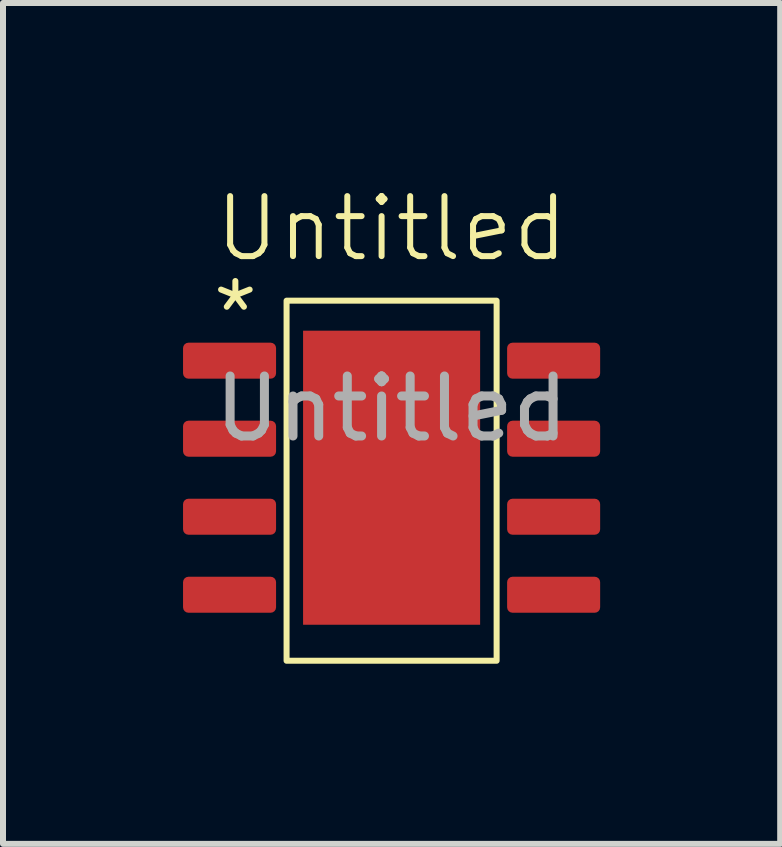
<source format=kicad_pcb>
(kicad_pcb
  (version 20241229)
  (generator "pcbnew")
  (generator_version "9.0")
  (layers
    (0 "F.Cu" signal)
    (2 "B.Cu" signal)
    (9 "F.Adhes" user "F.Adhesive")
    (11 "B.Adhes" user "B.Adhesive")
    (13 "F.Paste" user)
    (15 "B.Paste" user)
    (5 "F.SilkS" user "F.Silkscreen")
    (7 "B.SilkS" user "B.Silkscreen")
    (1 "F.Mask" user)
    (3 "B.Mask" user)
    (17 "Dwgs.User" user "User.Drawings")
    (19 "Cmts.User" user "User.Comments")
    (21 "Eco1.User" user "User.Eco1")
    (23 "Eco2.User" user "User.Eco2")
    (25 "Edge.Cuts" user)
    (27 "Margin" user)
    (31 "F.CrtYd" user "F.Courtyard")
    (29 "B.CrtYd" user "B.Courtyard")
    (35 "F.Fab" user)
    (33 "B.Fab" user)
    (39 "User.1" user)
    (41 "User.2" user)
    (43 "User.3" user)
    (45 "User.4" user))
  (footprint "Untitled"
    (layer "F.Cu")
    (at 3.475 1.26)
    (property "Reference" "Untitled" (at 0 -0.5 0) (unlocked yes) (layer "F.SilkS") (effects (font (size 1 1) (thickness 0.1))))
    (attr smd)
    (fp_rect (start -1.3 2.1) (end 1.3 5.2) (stroke (width 0.1) (type solid)) (fill yes) (layer "F.Mask"))
    (fp_rect (start -1.75 0.7) (end 1.75 6.7) (stroke (width 0.1) (type default)) (fill no) (layer "F.SilkS"))
    (fp_text user "*" (at -3.05 1.5 0) (unlocked yes) (layer "F.SilkS") (effects (font (size 1 1) (thickness 0.1)) (justify left bottom)))
    (fp_text user "${REFERENCE}" (at 0 2.5 0) (unlocked yes) (layer "F.Fab") (effects (font (size 1 1) (thickness 0.15))))
    (pad "1" smd roundrect (at -2.7 1.7) (size 1.55 0.6) (layers "F.Cu" "F.Mask" "F.Paste") (roundrect_rratio 0.15))
    (pad "2" smd roundrect (at -2.7 3) (size 1.55 0.6) (layers "F.Cu" "F.Mask" "F.Paste") (roundrect_rratio 0.15))
    (pad "3" smd roundrect (at -2.7 4.3) (size 1.55 0.6) (layers "F.Cu" "F.Mask" "F.Paste") (roundrect_rratio 0.15))
    (pad "4" smd roundrect (at -2.7 5.6) (size 1.55 0.6) (layers "F.Cu" "F.Mask" "F.Paste") (roundrect_rratio 0.15))
    (pad "5" smd roundrect (at 2.7 1.7) (size 1.55 0.6) (layers "F.Cu" "F.Mask" "F.Paste") (roundrect_rratio 0.15))
    (pad "6" smd roundrect (at 2.7 3) (size 1.55 0.6) (layers "F.Cu" "F.Mask" "F.Paste") (roundrect_rratio 0.15))
    (pad "7" smd roundrect (at 2.7 4.3) (size 1.55 0.6) (layers "F.Cu" "F.Mask" "F.Paste") (roundrect_rratio 0.15))
    (pad "8" smd roundrect (at 2.7 5.6) (size 1.55 0.6) (layers "F.Cu" "F.Mask" "F.Paste") (roundrect_rratio 0.15))
    (pad "9" smd rect (at 0 3.65) (size 2.95 4.9) (layers "F.Cu" "F.Paste")))
  (gr_rect
    (start -3 -3)
    (end 9.95 11.011)
    (stroke (width 0.1) (type default))
    (fill no)
    (layer "Edge.Cuts")))
</source>
